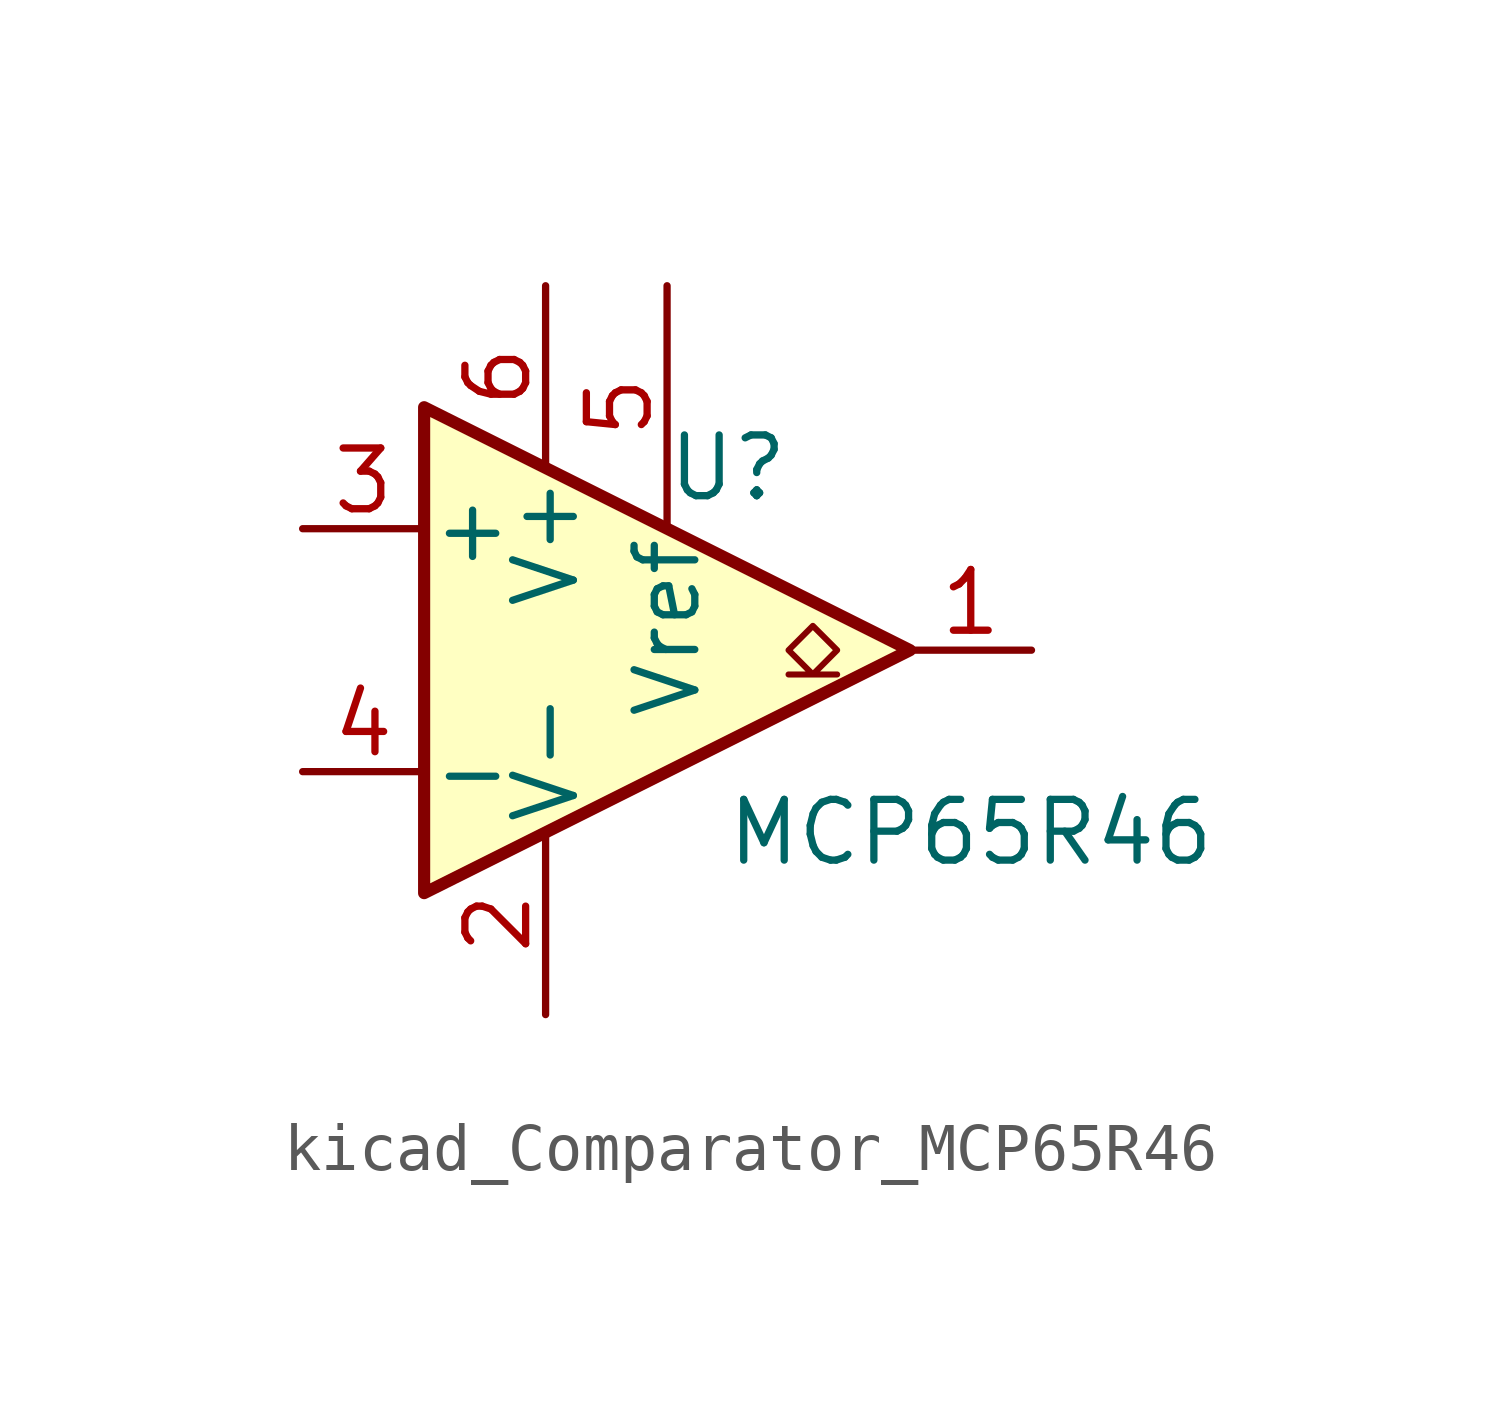
<source format=kicad_sym>
(kicad_symbol_lib
  (version 20220914)
  (generator kicad_symbol_editor)
  (symbol "kicad_Comparator_MCP65R46"
    (pin_names
      (offset 0.127))
    (property "Reference" "U"
      (at 1.27 3.81 0)
      (effects (font (size 1.27 1.27))))
    (property "Value" "MCP65R46"
      (at 6.35 -3.81 0)
      (effects (font (size 1.27 1.27))))
    (symbol "kicad_Comparator_MCP65R46_0_1"
      (polyline (pts (xy 3.556 -0.508) (xy 3.048 -0.508) (xy 3.556 0) (xy 3.048 0.508) (xy 2.54 0) (xy 3.048 -0.508) (xy 2.54 -0.508)) (stroke (width 0.127) (type default)) (fill (type none))))
    (symbol "kicad_Comparator_MCP65R46_1_1"
      (polyline (pts (xy -5.08 5.08) (xy -5.08 -5.08) (xy 5.08 0) (xy -5.08 5.08)) (stroke (width 0.254) (type default)) (fill (type background)))
      (pin open_collector line (at 7.62 0 180) (length 2.54) (name "~" (effects (font (size 1.27 1.27)))) (number "1" (effects (font (size 1.27 1.27)))))
      (pin power_in line (at -2.54 -7.62 90) (length 3.81) (name "V-" (effects (font (size 1.27 1.27)))) (number "2" (effects (font (size 1.27 1.27)))))
      (pin input line (at -7.62 2.54 0) (length 2.54) (name "+" (effects (font (size 1.27 1.27)))) (number "3" (effects (font (size 1.27 1.27)))))
      (pin input line (at -7.62 -2.54 0) (length 2.54) (name "-" (effects (font (size 1.27 1.27)))) (number "4" (effects (font (size 1.27 1.27)))))
      (pin power_out line (at 0 7.62 270) (length 5.08) (name "Vref" (effects (font (size 1.27 1.27)))) (number "5" (effects (font (size 1.27 1.27)))))
      (pin power_in line (at -2.54 7.62 270) (length 3.81) (name "V+" (effects (font (size 1.27 1.27)))) (number "6" (effects (font (size 1.27 1.27))))))))
</source>
